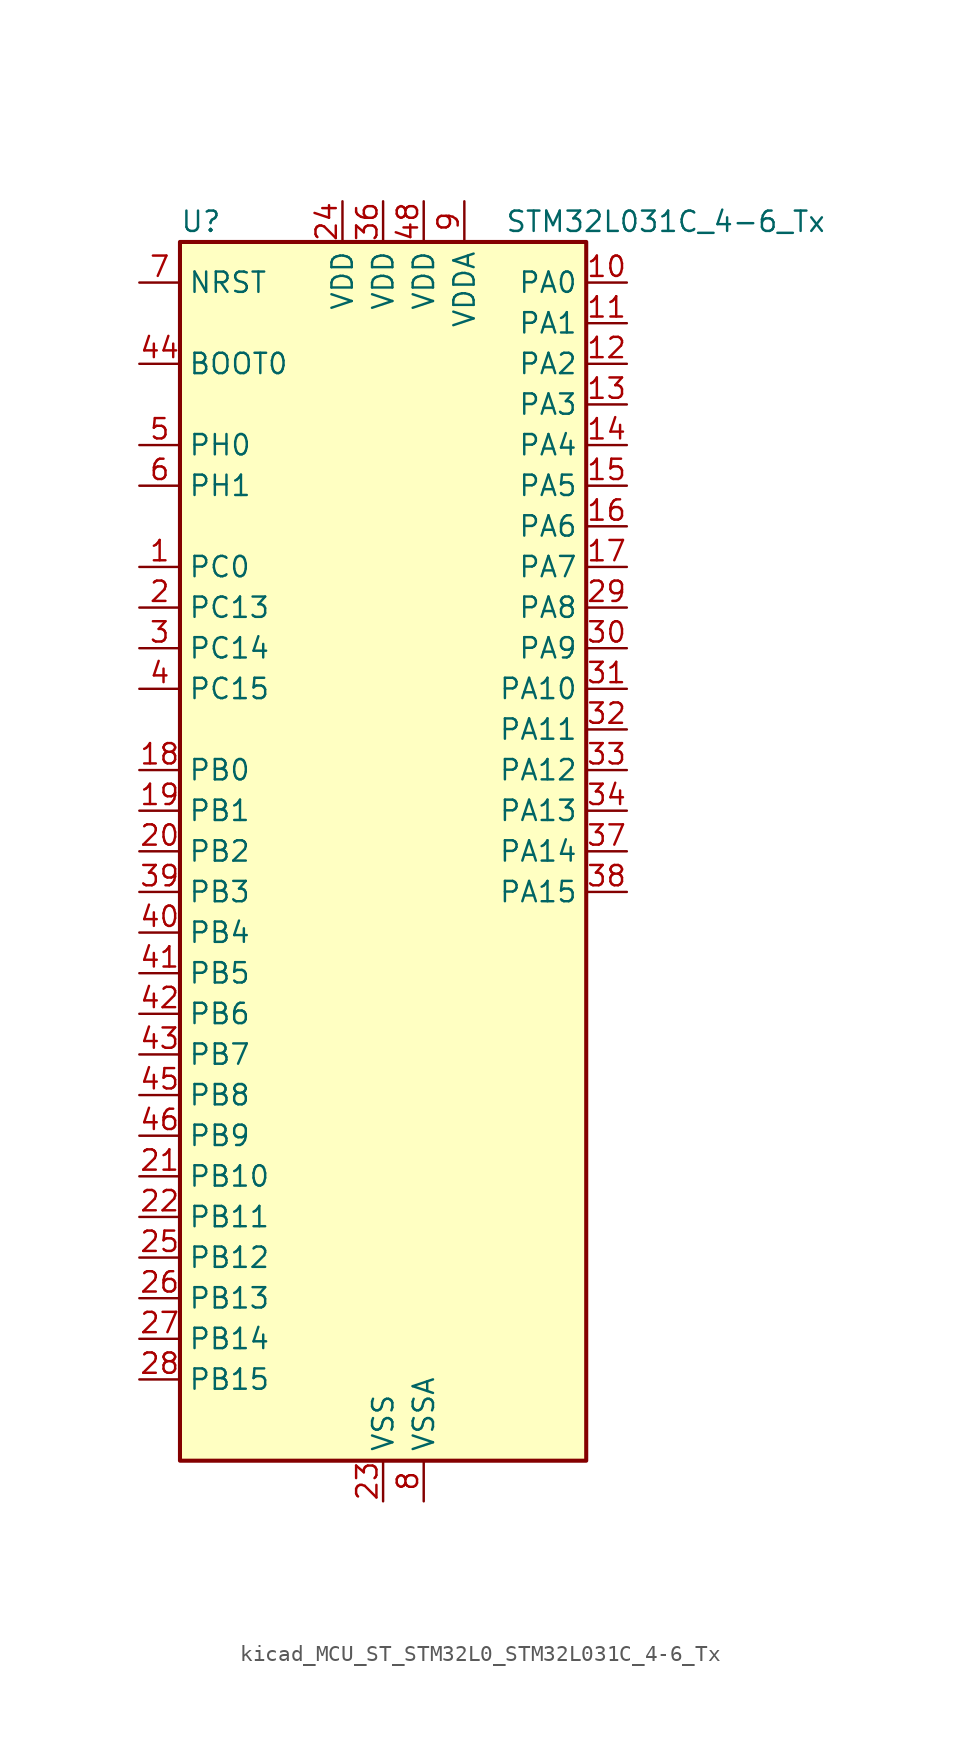
<source format=kicad_sym>
(kicad_symbol_lib
  (version 20220914)
  (generator kicad_symbol_editor)
  (symbol "kicad_MCU_ST_STM32L0_STM32L031C_4-6_Tx"
    (property "Reference" "U"
      (at -12.7 39.37 0)
      (effects (font (size 1.27 1.27)) (justify left)))
    (property "Value" "STM32L031C_4-6_Tx"
      (at 7.62 39.37 0)
      (effects (font (size 1.27 1.27)) (justify left)))
    (property "ki_locked" ""
      (at 0 0 0)
      (effects (font (size 1.27 1.27))))
    (symbol "kicad_MCU_ST_STM32L0_STM32L031C_4-6_Tx_0_1"
      (rectangle (start -12.7 -38.1) (end 12.7 38.1) (stroke (width 0.254) (type default)) (fill (type background))))
    (symbol "kicad_MCU_ST_STM32L0_STM32L031C_4-6_Tx_1_1"
      (pin bidirectional line (at -15.24 17.78 0) (length 2.54) (name "PC0" (effects (font (size 1.27 1.27)))) (number "1" (effects (font (size 1.27 1.27)))) (alternate "LPTIM1_IN1" bidirectional line) (alternate "LPUART1_RX" bidirectional line))
      (pin bidirectional line (at 15.24 35.56 180) (length 2.54) (name "PA0" (effects (font (size 1.27 1.27)))) (number "10" (effects (font (size 1.27 1.27)))) (alternate "ADC_IN0" bidirectional line) (alternate "COMP1_INM" bidirectional line) (alternate "COMP1_OUT" bidirectional line) (alternate "LPTIM1_IN1" bidirectional line) (alternate "RTC_TAMP2" bidirectional line) (alternate "SYS_WKUP1" bidirectional line) (alternate "TIM2_CH1" bidirectional line) (alternate "TIM2_ETR" bidirectional line) (alternate "USART2_CTS" bidirectional line))
      (pin bidirectional line (at 15.24 33.02 180) (length 2.54) (name "PA1" (effects (font (size 1.27 1.27)))) (number "11" (effects (font (size 1.27 1.27)))) (alternate "ADC_IN1" bidirectional line) (alternate "COMP1_INP" bidirectional line) (alternate "I2C1_SMBA" bidirectional line) (alternate "LPTIM1_IN2" bidirectional line) (alternate "TIM21_ETR" bidirectional line) (alternate "TIM2_CH2" bidirectional line) (alternate "USART2_DE" bidirectional line) (alternate "USART2_RTS" bidirectional line))
      (pin bidirectional line (at 15.24 30.48 180) (length 2.54) (name "PA2" (effects (font (size 1.27 1.27)))) (number "12" (effects (font (size 1.27 1.27)))) (alternate "ADC_IN2" bidirectional line) (alternate "COMP2_INM" bidirectional line) (alternate "COMP2_OUT" bidirectional line) (alternate "LPUART1_TX" bidirectional line) (alternate "RTC_OUT_ALARM" bidirectional line) (alternate "RTC_OUT_CALIB" bidirectional line) (alternate "RTC_TAMP3" bidirectional line) (alternate "RTC_TS" bidirectional line) (alternate "SYS_WKUP3" bidirectional line) (alternate "TIM21_CH1" bidirectional line) (alternate "TIM2_CH3" bidirectional line) (alternate "USART2_TX" bidirectional line))
      (pin bidirectional line (at 15.24 27.94 180) (length 2.54) (name "PA3" (effects (font (size 1.27 1.27)))) (number "13" (effects (font (size 1.27 1.27)))) (alternate "ADC_IN3" bidirectional line) (alternate "COMP2_INP" bidirectional line) (alternate "LPUART1_RX" bidirectional line) (alternate "TIM21_CH2" bidirectional line) (alternate "TIM2_CH4" bidirectional line) (alternate "USART2_RX" bidirectional line))
      (pin bidirectional line (at 15.24 25.4 180) (length 2.54) (name "PA4" (effects (font (size 1.27 1.27)))) (number "14" (effects (font (size 1.27 1.27)))) (alternate "ADC_IN4" bidirectional line) (alternate "COMP1_INM" bidirectional line) (alternate "COMP2_INM" bidirectional line) (alternate "LPTIM1_IN1" bidirectional line) (alternate "SPI1_NSS" bidirectional line) (alternate "TIM22_ETR" bidirectional line) (alternate "USART2_CK" bidirectional line))
      (pin bidirectional line (at 15.24 22.86 180) (length 2.54) (name "PA5" (effects (font (size 1.27 1.27)))) (number "15" (effects (font (size 1.27 1.27)))) (alternate "ADC_IN5" bidirectional line) (alternate "COMP1_INM" bidirectional line) (alternate "COMP2_INM" bidirectional line) (alternate "LPTIM1_IN2" bidirectional line) (alternate "SPI1_SCK" bidirectional line) (alternate "TIM2_CH1" bidirectional line) (alternate "TIM2_ETR" bidirectional line))
      (pin bidirectional line (at 15.24 20.32 180) (length 2.54) (name "PA6" (effects (font (size 1.27 1.27)))) (number "16" (effects (font (size 1.27 1.27)))) (alternate "ADC_IN6" bidirectional line) (alternate "COMP1_OUT" bidirectional line) (alternate "LPTIM1_ETR" bidirectional line) (alternate "LPUART1_CTS" bidirectional line) (alternate "SPI1_MISO" bidirectional line) (alternate "TIM22_CH1" bidirectional line))
      (pin bidirectional line (at 15.24 17.78 180) (length 2.54) (name "PA7" (effects (font (size 1.27 1.27)))) (number "17" (effects (font (size 1.27 1.27)))) (alternate "ADC_IN7" bidirectional line) (alternate "COMP2_OUT" bidirectional line) (alternate "LPTIM1_OUT" bidirectional line) (alternate "SPI1_MOSI" bidirectional line) (alternate "TIM22_CH2" bidirectional line) (alternate "USART2_CTS" bidirectional line))
      (pin bidirectional line (at -15.24 5.08 0) (length 2.54) (name "PB0" (effects (font (size 1.27 1.27)))) (number "18" (effects (font (size 1.27 1.27)))) (alternate "ADC_IN8" bidirectional line) (alternate "SPI1_MISO" bidirectional line) (alternate "SYS_VREF_OUT_PB0" bidirectional line) (alternate "TIM2_CH3" bidirectional line) (alternate "USART2_DE" bidirectional line) (alternate "USART2_RTS" bidirectional line))
      (pin bidirectional line (at -15.24 2.54 0) (length 2.54) (name "PB1" (effects (font (size 1.27 1.27)))) (number "19" (effects (font (size 1.27 1.27)))) (alternate "ADC_IN9" bidirectional line) (alternate "LPUART1_DE" bidirectional line) (alternate "LPUART1_RTS" bidirectional line) (alternate "SPI1_MOSI" bidirectional line) (alternate "SYS_VREF_OUT_PB1" bidirectional line) (alternate "TIM2_CH4" bidirectional line) (alternate "USART2_CK" bidirectional line))
      (pin bidirectional line (at -15.24 15.24 0) (length 2.54) (name "PC13" (effects (font (size 1.27 1.27)))) (number "2" (effects (font (size 1.27 1.27)))) (alternate "RTC_TAMP1" bidirectional line) (alternate "SYS_WKUP2" bidirectional line))
      (pin bidirectional line (at -15.24 0 0) (length 2.54) (name "PB2" (effects (font (size 1.27 1.27)))) (number "20" (effects (font (size 1.27 1.27)))) (alternate "LPTIM1_OUT" bidirectional line))
      (pin bidirectional line (at -15.24 -20.32 0) (length 2.54) (name "PB10" (effects (font (size 1.27 1.27)))) (number "21" (effects (font (size 1.27 1.27)))) (alternate "LPUART1_TX" bidirectional line) (alternate "TIM2_CH3" bidirectional line))
      (pin bidirectional line (at -15.24 -22.86 0) (length 2.54) (name "PB11" (effects (font (size 1.27 1.27)))) (number "22" (effects (font (size 1.27 1.27)))) (alternate "ADC_EXTI11" bidirectional line) (alternate "LPUART1_RX" bidirectional line) (alternate "TIM2_CH4" bidirectional line))
      (pin power_in line (at 0 -40.64 90) (length 2.54) (name "VSS" (effects (font (size 1.27 1.27)))) (number "23" (effects (font (size 1.27 1.27)))))
      (pin power_in line (at -2.54 40.64 270) (length 2.54) (name "VDD" (effects (font (size 1.27 1.27)))) (number "24" (effects (font (size 1.27 1.27)))))
      (pin bidirectional line (at -15.24 -25.4 0) (length 2.54) (name "PB12" (effects (font (size 1.27 1.27)))) (number "25" (effects (font (size 1.27 1.27)))) (alternate "SPI1_NSS" bidirectional line))
      (pin bidirectional line (at -15.24 -27.94 0) (length 2.54) (name "PB13" (effects (font (size 1.27 1.27)))) (number "26" (effects (font (size 1.27 1.27)))) (alternate "LPUART1_CTS" bidirectional line) (alternate "RCC_MCO" bidirectional line) (alternate "SPI1_SCK" bidirectional line) (alternate "TIM21_CH1" bidirectional line))
      (pin bidirectional line (at -15.24 -30.48 0) (length 2.54) (name "PB14" (effects (font (size 1.27 1.27)))) (number "27" (effects (font (size 1.27 1.27)))) (alternate "LPUART1_DE" bidirectional line) (alternate "LPUART1_RTS" bidirectional line) (alternate "RTC_OUT_ALARM" bidirectional line) (alternate "RTC_OUT_CALIB" bidirectional line) (alternate "SPI1_MISO" bidirectional line) (alternate "TIM21_CH2" bidirectional line))
      (pin bidirectional line (at -15.24 -33.02 0) (length 2.54) (name "PB15" (effects (font (size 1.27 1.27)))) (number "28" (effects (font (size 1.27 1.27)))) (alternate "RTC_REFIN" bidirectional line) (alternate "SPI1_MOSI" bidirectional line))
      (pin bidirectional line (at 15.24 15.24 180) (length 2.54) (name "PA8" (effects (font (size 1.27 1.27)))) (number "29" (effects (font (size 1.27 1.27)))) (alternate "LPTIM1_IN1" bidirectional line) (alternate "RCC_MCO" bidirectional line) (alternate "TIM2_CH1" bidirectional line) (alternate "USART2_CK" bidirectional line))
      (pin bidirectional line (at -15.24 12.7 0) (length 2.54) (name "PC14" (effects (font (size 1.27 1.27)))) (number "3" (effects (font (size 1.27 1.27)))) (alternate "RCC_OSC32_IN" bidirectional line))
      (pin bidirectional line (at 15.24 12.7 180) (length 2.54) (name "PA9" (effects (font (size 1.27 1.27)))) (number "30" (effects (font (size 1.27 1.27)))) (alternate "I2C1_SCL" bidirectional line) (alternate "RCC_MCO" bidirectional line) (alternate "TIM22_CH1" bidirectional line) (alternate "USART2_TX" bidirectional line))
      (pin bidirectional line (at 15.24 10.16 180) (length 2.54) (name "PA10" (effects (font (size 1.27 1.27)))) (number "31" (effects (font (size 1.27 1.27)))) (alternate "I2C1_SDA" bidirectional line) (alternate "TIM22_CH2" bidirectional line) (alternate "USART2_RX" bidirectional line))
      (pin bidirectional line (at 15.24 7.62 180) (length 2.54) (name "PA11" (effects (font (size 1.27 1.27)))) (number "32" (effects (font (size 1.27 1.27)))) (alternate "ADC_EXTI11" bidirectional line) (alternate "COMP1_OUT" bidirectional line) (alternate "SPI1_MISO" bidirectional line) (alternate "TIM21_CH2" bidirectional line) (alternate "USART2_CTS" bidirectional line))
      (pin bidirectional line (at 15.24 5.08 180) (length 2.54) (name "PA12" (effects (font (size 1.27 1.27)))) (number "33" (effects (font (size 1.27 1.27)))) (alternate "COMP2_OUT" bidirectional line) (alternate "SPI1_MOSI" bidirectional line) (alternate "USART2_DE" bidirectional line) (alternate "USART2_RTS" bidirectional line))
      (pin bidirectional line (at 15.24 2.54 180) (length 2.54) (name "PA13" (effects (font (size 1.27 1.27)))) (number "34" (effects (font (size 1.27 1.27)))) (alternate "LPTIM1_ETR" bidirectional line) (alternate "LPUART1_RX" bidirectional line) (alternate "SYS_SWDIO" bidirectional line))
      (pin passive line (at 0 -40.64 90) (length 2.54) hide (name "VSS" (effects (font (size 1.27 1.27)))) (number "35" (effects (font (size 1.27 1.27)))))
      (pin power_in line (at 0 40.64 270) (length 2.54) (name "VDD" (effects (font (size 1.27 1.27)))) (number "36" (effects (font (size 1.27 1.27)))))
      (pin bidirectional line (at 15.24 0 180) (length 2.54) (name "PA14" (effects (font (size 1.27 1.27)))) (number "37" (effects (font (size 1.27 1.27)))) (alternate "I2C1_SMBA" bidirectional line) (alternate "LPTIM1_OUT" bidirectional line) (alternate "LPUART1_TX" bidirectional line) (alternate "SYS_SWCLK" bidirectional line) (alternate "USART2_TX" bidirectional line))
      (pin bidirectional line (at 15.24 -2.54 180) (length 2.54) (name "PA15" (effects (font (size 1.27 1.27)))) (number "38" (effects (font (size 1.27 1.27)))) (alternate "SPI1_NSS" bidirectional line) (alternate "TIM2_CH1" bidirectional line) (alternate "TIM2_ETR" bidirectional line) (alternate "USART2_RX" bidirectional line))
      (pin bidirectional line (at -15.24 -2.54 0) (length 2.54) (name "PB3" (effects (font (size 1.27 1.27)))) (number "39" (effects (font (size 1.27 1.27)))) (alternate "COMP2_INM" bidirectional line) (alternate "SPI1_SCK" bidirectional line) (alternate "TIM2_CH2" bidirectional line))
      (pin bidirectional line (at -15.24 10.16 0) (length 2.54) (name "PC15" (effects (font (size 1.27 1.27)))) (number "4" (effects (font (size 1.27 1.27)))) (alternate "RCC_OSC32_OUT" bidirectional line))
      (pin bidirectional line (at -15.24 -5.08 0) (length 2.54) (name "PB4" (effects (font (size 1.27 1.27)))) (number "40" (effects (font (size 1.27 1.27)))) (alternate "COMP2_INP" bidirectional line) (alternate "SPI1_MISO" bidirectional line) (alternate "TIM22_CH1" bidirectional line))
      (pin bidirectional line (at -15.24 -7.62 0) (length 2.54) (name "PB5" (effects (font (size 1.27 1.27)))) (number "41" (effects (font (size 1.27 1.27)))) (alternate "COMP2_INP" bidirectional line) (alternate "I2C1_SMBA" bidirectional line) (alternate "LPTIM1_IN1" bidirectional line) (alternate "SPI1_MOSI" bidirectional line) (alternate "TIM22_CH2" bidirectional line))
      (pin bidirectional line (at -15.24 -10.16 0) (length 2.54) (name "PB6" (effects (font (size 1.27 1.27)))) (number "42" (effects (font (size 1.27 1.27)))) (alternate "COMP2_INP" bidirectional line) (alternate "I2C1_SCL" bidirectional line) (alternate "LPTIM1_ETR" bidirectional line) (alternate "TIM21_CH1" bidirectional line) (alternate "USART2_TX" bidirectional line))
      (pin bidirectional line (at -15.24 -12.7 0) (length 2.54) (name "PB7" (effects (font (size 1.27 1.27)))) (number "43" (effects (font (size 1.27 1.27)))) (alternate "COMP2_INP" bidirectional line) (alternate "I2C1_SDA" bidirectional line) (alternate "LPTIM1_IN2" bidirectional line) (alternate "SYS_PVD_IN" bidirectional line) (alternate "USART2_RX" bidirectional line))
      (pin input line (at -15.24 30.48 0) (length 2.54) (name "BOOT0" (effects (font (size 1.27 1.27)))) (number "44" (effects (font (size 1.27 1.27)))))
      (pin bidirectional line (at -15.24 -15.24 0) (length 2.54) (name "PB8" (effects (font (size 1.27 1.27)))) (number "45" (effects (font (size 1.27 1.27)))) (alternate "I2C1_SCL" bidirectional line))
      (pin bidirectional line (at -15.24 -17.78 0) (length 2.54) (name "PB9" (effects (font (size 1.27 1.27)))) (number "46" (effects (font (size 1.27 1.27)))) (alternate "I2C1_SDA" bidirectional line))
      (pin passive line (at 0 -40.64 90) (length 2.54) hide (name "VSS" (effects (font (size 1.27 1.27)))) (number "47" (effects (font (size 1.27 1.27)))))
      (pin power_in line (at 2.54 40.64 270) (length 2.54) (name "VDD" (effects (font (size 1.27 1.27)))) (number "48" (effects (font (size 1.27 1.27)))))
      (pin bidirectional line (at -15.24 25.4 0) (length 2.54) (name "PH0" (effects (font (size 1.27 1.27)))) (number "5" (effects (font (size 1.27 1.27)))) (alternate "RCC_OSC_IN" bidirectional line))
      (pin bidirectional line (at -15.24 22.86 0) (length 2.54) (name "PH1" (effects (font (size 1.27 1.27)))) (number "6" (effects (font (size 1.27 1.27)))) (alternate "RCC_OSC_OUT" bidirectional line))
      (pin input line (at -15.24 35.56 0) (length 2.54) (name "NRST" (effects (font (size 1.27 1.27)))) (number "7" (effects (font (size 1.27 1.27)))))
      (pin power_in line (at 2.54 -40.64 90) (length 2.54) (name "VSSA" (effects (font (size 1.27 1.27)))) (number "8" (effects (font (size 1.27 1.27)))))
      (pin power_in line (at 5.08 40.64 270) (length 2.54) (name "VDDA" (effects (font (size 1.27 1.27)))) (number "9" (effects (font (size 1.27 1.27))))))))
</source>
